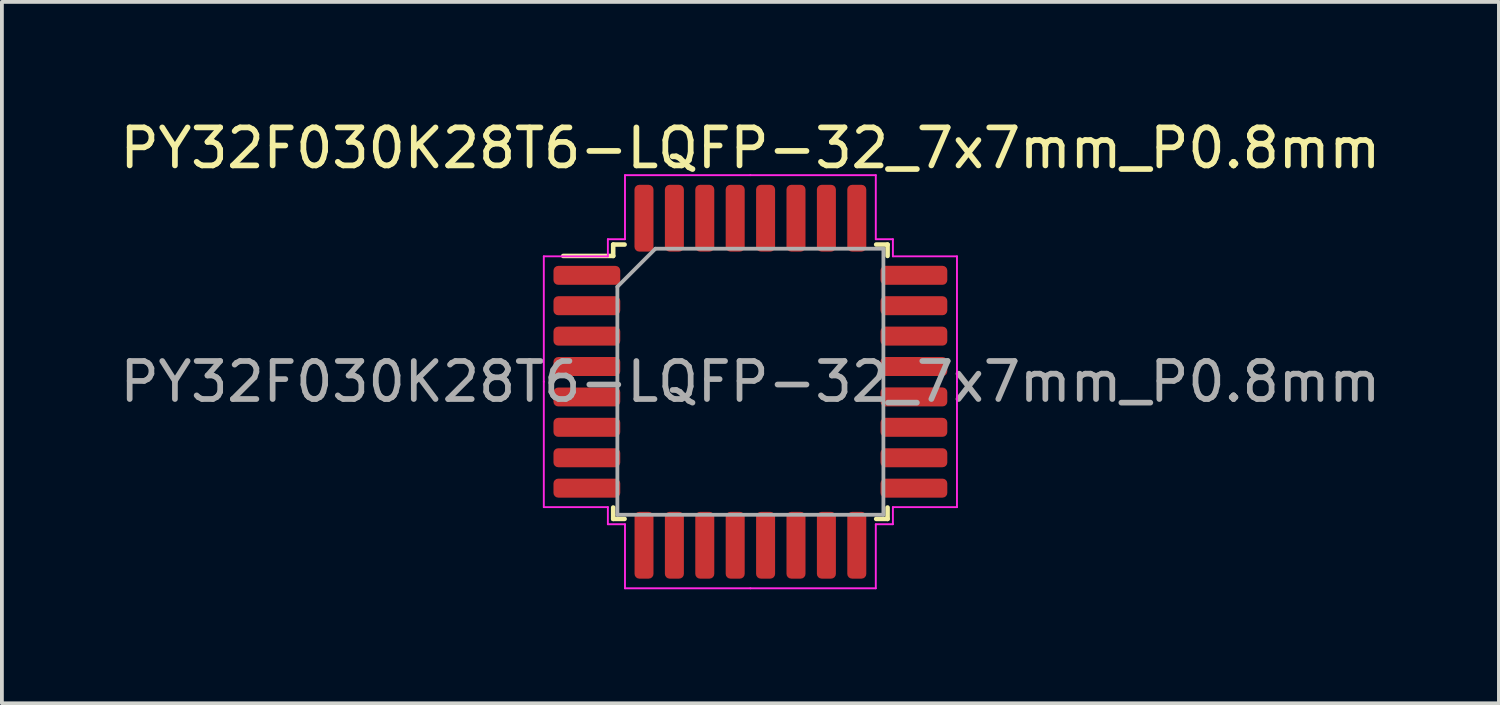
<source format=kicad_pcb>
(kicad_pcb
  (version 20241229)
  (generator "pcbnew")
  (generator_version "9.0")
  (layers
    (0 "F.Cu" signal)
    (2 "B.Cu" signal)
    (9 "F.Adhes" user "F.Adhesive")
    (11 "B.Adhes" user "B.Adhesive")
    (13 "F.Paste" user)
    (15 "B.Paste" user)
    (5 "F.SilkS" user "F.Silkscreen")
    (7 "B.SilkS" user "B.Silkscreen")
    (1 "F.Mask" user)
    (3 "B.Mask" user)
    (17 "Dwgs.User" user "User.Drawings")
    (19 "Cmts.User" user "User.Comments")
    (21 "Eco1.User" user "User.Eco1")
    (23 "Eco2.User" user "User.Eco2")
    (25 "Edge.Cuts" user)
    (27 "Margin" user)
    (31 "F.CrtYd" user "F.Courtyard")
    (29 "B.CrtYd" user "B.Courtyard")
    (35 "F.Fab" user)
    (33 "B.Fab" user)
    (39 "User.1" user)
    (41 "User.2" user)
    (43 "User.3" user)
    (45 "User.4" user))
  (footprint "PY32F030K28T6-LQFP-32_7x7mm_P0.8mm"
    (layer "F.Cu")
    (at 16.696 6.995)
    (property "Reference" "PY32F030K28T6-LQFP-32_7x7mm_P0.8mm" (at 0 -6.147 0) (layer "F.SilkS") (effects (font (size 1 1) (thickness 0.15))))
    (attr smd)
    (fp_line (start -3.61 -3.61) (end -3.61 -3.31) (stroke (width 0.12) (type solid)) (layer "F.SilkS"))
    (fp_line (start -3.61 -3.31) (end -4.925 -3.31) (stroke (width 0.12) (type solid)) (layer "F.SilkS"))
    (fp_line (start -3.61 3.61) (end -3.61 3.31) (stroke (width 0.12) (type solid)) (layer "F.SilkS"))
    (fp_line (start -3.31 -3.61) (end -3.61 -3.61) (stroke (width 0.12) (type solid)) (layer "F.SilkS"))
    (fp_line (start -3.31 3.61) (end -3.61 3.61) (stroke (width 0.12) (type solid)) (layer "F.SilkS"))
    (fp_line (start 3.31 -3.61) (end 3.61 -3.61) (stroke (width 0.12) (type solid)) (layer "F.SilkS"))
    (fp_line (start 3.31 3.61) (end 3.61 3.61) (stroke (width 0.12) (type solid)) (layer "F.SilkS"))
    (fp_line (start 3.61 -3.61) (end 3.61 -3.31) (stroke (width 0.12) (type solid)) (layer "F.SilkS"))
    (fp_line (start 3.61 3.61) (end 3.61 3.31) (stroke (width 0.12) (type solid)) (layer "F.SilkS"))
    (fp_line (start -5.436 -3.3) (end -5.436 0) (stroke (width 0.05) (type solid)) (layer "F.CrtYd"))
    (fp_line (start -5.436 3.3) (end -5.436 0) (stroke (width 0.05) (type solid)) (layer "F.CrtYd"))
    (fp_line (start -3.75 -3.75) (end -3.75 -3.3) (stroke (width 0.05) (type solid)) (layer "F.CrtYd"))
    (fp_line (start -3.75 -3.3) (end -5.436 -3.3) (stroke (width 0.05) (type solid)) (layer "F.CrtYd"))
    (fp_line (start -3.75 3.3) (end -5.436 3.3) (stroke (width 0.05) (type solid)) (layer "F.CrtYd"))
    (fp_line (start -3.75 3.75) (end -3.75 3.3) (stroke (width 0.05) (type solid)) (layer "F.CrtYd"))
    (fp_line (start -3.3 -5.436) (end -3.3 -3.75) (stroke (width 0.05) (type solid)) (layer "F.CrtYd"))
    (fp_line (start -3.3 -3.75) (end -3.75 -3.75) (stroke (width 0.05) (type solid)) (layer "F.CrtYd"))
    (fp_line (start -3.3 3.75) (end -3.75 3.75) (stroke (width 0.05) (type solid)) (layer "F.CrtYd"))
    (fp_line (start -3.3 5.436) (end -3.3 3.75) (stroke (width 0.05) (type solid)) (layer "F.CrtYd"))
    (fp_line (start 0 -5.436) (end -3.3 -5.436) (stroke (width 0.05) (type solid)) (layer "F.CrtYd"))
    (fp_line (start 0 -5.436) (end 3.3 -5.436) (stroke (width 0.05) (type solid)) (layer "F.CrtYd"))
    (fp_line (start 0 5.436) (end -3.3 5.436) (stroke (width 0.05) (type solid)) (layer "F.CrtYd"))
    (fp_line (start 0 5.436) (end 3.3 5.436) (stroke (width 0.05) (type solid)) (layer "F.CrtYd"))
    (fp_line (start 3.3 -5.436) (end 3.3 -3.75) (stroke (width 0.05) (type solid)) (layer "F.CrtYd"))
    (fp_line (start 3.3 -3.75) (end 3.75 -3.75) (stroke (width 0.05) (type solid)) (layer "F.CrtYd"))
    (fp_line (start 3.3 3.75) (end 3.75 3.75) (stroke (width 0.05) (type solid)) (layer "F.CrtYd"))
    (fp_line (start 3.3 5.436) (end 3.3 3.75) (stroke (width 0.05) (type solid)) (layer "F.CrtYd"))
    (fp_line (start 3.75 -3.75) (end 3.75 -3.3) (stroke (width 0.05) (type solid)) (layer "F.CrtYd"))
    (fp_line (start 3.75 -3.3) (end 5.436 -3.3) (stroke (width 0.05) (type solid)) (layer "F.CrtYd"))
    (fp_line (start 3.75 3.3) (end 5.436 3.3) (stroke (width 0.05) (type solid)) (layer "F.CrtYd"))
    (fp_line (start 3.75 3.75) (end 3.75 3.3) (stroke (width 0.05) (type solid)) (layer "F.CrtYd"))
    (fp_line (start 5.436 -3.3) (end 5.436 0) (stroke (width 0.05) (type solid)) (layer "F.CrtYd"))
    (fp_line (start 5.436 3.3) (end 5.436 0) (stroke (width 0.05) (type solid)) (layer "F.CrtYd"))
    (fp_line (start -3.5 -2.5) (end -2.5 -3.5) (stroke (width 0.1) (type solid)) (layer "F.Fab"))
    (fp_line (start -3.5 3.5) (end -3.5 -2.5) (stroke (width 0.1) (type solid)) (layer "F.Fab"))
    (fp_line (start -2.5 -3.5) (end 3.5 -3.5) (stroke (width 0.1) (type solid)) (layer "F.Fab"))
    (fp_line (start 3.5 -3.5) (end 3.5 3.5) (stroke (width 0.1) (type solid)) (layer "F.Fab"))
    (fp_line (start 3.5 3.5) (end -3.5 3.5) (stroke (width 0.1) (type solid)) (layer "F.Fab"))
    (fp_text user "${REFERENCE}" (at 0 0 0) (layer "F.Fab") (effects (font (size 1 1) (thickness 0.15))))
    (pad "1" smd roundrect (at -4.303 -2.799) (size 1.757 0.498) (layers "F.Cu" "F.Mask" "F.Paste") (roundrect_rratio 0.25))
    (pad "2" smd roundrect (at -4.303 -2) (size 1.757 0.5) (layers "F.Cu" "F.Mask" "F.Paste") (roundrect_rratio 0.25))
    (pad "3" smd roundrect (at -4.303 -1.2) (size 1.757 0.5) (layers "F.Cu" "F.Mask" "F.Paste") (roundrect_rratio 0.25))
    (pad "4" smd roundrect (at -4.303 -0.4) (size 1.757 0.5) (layers "F.Cu" "F.Mask" "F.Paste") (roundrect_rratio 0.25))
    (pad "5" smd roundrect (at -4.303 0.401) (size 1.757 0.498) (layers "F.Cu" "F.Mask" "F.Paste") (roundrect_rratio 0.25))
    (pad "6" smd roundrect (at -4.303 1.2) (size 1.757 0.5) (layers "F.Cu" "F.Mask" "F.Paste") (roundrect_rratio 0.25))
    (pad "7" smd roundrect (at -4.303 2) (size 1.757 0.5) (layers "F.Cu" "F.Mask" "F.Paste") (roundrect_rratio 0.25))
    (pad "8" smd roundrect (at -4.303 2.8) (size 1.757 0.5) (layers "F.Cu" "F.Mask" "F.Paste") (roundrect_rratio 0.25))
    (pad "9" smd roundrect (at -2.799 4.303) (size 0.498 1.757) (layers "F.Cu" "F.Mask" "F.Paste") (roundrect_rratio 0.25))
    (pad "10" smd roundrect (at -2 4.303) (size 0.5 1.757) (layers "F.Cu" "F.Mask" "F.Paste") (roundrect_rratio 0.25))
    (pad "11" smd roundrect (at -1.2 4.303) (size 0.5 1.757) (layers "F.Cu" "F.Mask" "F.Paste") (roundrect_rratio 0.25))
    (pad "12" smd roundrect (at -0.4 4.303) (size 0.5 1.757) (layers "F.Cu" "F.Mask" "F.Paste") (roundrect_rratio 0.25))
    (pad "13" smd roundrect (at 0.4 4.303) (size 0.5 1.757) (layers "F.Cu" "F.Mask" "F.Paste") (roundrect_rratio 0.25))
    (pad "14" smd roundrect (at 1.2 4.303) (size 0.5 1.757) (layers "F.Cu" "F.Mask" "F.Paste") (roundrect_rratio 0.25))
    (pad "15" smd roundrect (at 2 4.303) (size 0.5 1.757) (layers "F.Cu" "F.Mask" "F.Paste") (roundrect_rratio 0.25))
    (pad "16" smd roundrect (at 2.8 4.303) (size 0.5 1.757) (layers "F.Cu" "F.Mask" "F.Paste") (roundrect_rratio 0.25))
    (pad "17" smd roundrect (at 4.303 2.8) (size 1.757 0.5) (layers "F.Cu" "F.Mask" "F.Paste") (roundrect_rratio 0.25))
    (pad "18" smd roundrect (at 4.303 2) (size 1.757 0.5) (layers "F.Cu" "F.Mask" "F.Paste") (roundrect_rratio 0.25))
    (pad "19" smd roundrect (at 4.303 1.2) (size 1.757 0.5) (layers "F.Cu" "F.Mask" "F.Paste") (roundrect_rratio 0.25))
    (pad "20" smd roundrect (at 4.303 0.4) (size 1.757 0.5) (layers "F.Cu" "F.Mask" "F.Paste") (roundrect_rratio 0.25))
    (pad "21" smd roundrect (at 4.303 -0.4) (size 1.757 0.5) (layers "F.Cu" "F.Mask" "F.Paste") (roundrect_rratio 0.25))
    (pad "22" smd roundrect (at 4.303 -1.2) (size 1.757 0.5) (layers "F.Cu" "F.Mask" "F.Paste") (roundrect_rratio 0.25))
    (pad "23" smd roundrect (at 4.303 -2) (size 1.757 0.5) (layers "F.Cu" "F.Mask" "F.Paste") (roundrect_rratio 0.25))
    (pad "24" smd roundrect (at 4.303 -2.8) (size 1.757 0.5) (layers "F.Cu" "F.Mask" "F.Paste") (roundrect_rratio 0.25))
    (pad "25" smd roundrect (at 2.8 -4.303) (size 0.5 1.757) (layers "F.Cu" "F.Mask" "F.Paste") (roundrect_rratio 0.25))
    (pad "26" smd roundrect (at 2 -4.303) (size 0.5 1.757) (layers "F.Cu" "F.Mask" "F.Paste") (roundrect_rratio 0.25))
    (pad "27" smd roundrect (at 1.2 -4.303) (size 0.5 1.757) (layers "F.Cu" "F.Mask" "F.Paste") (roundrect_rratio 0.25))
    (pad "28" smd roundrect (at 0.4 -4.303) (size 0.5 1.757) (layers "F.Cu" "F.Mask" "F.Paste") (roundrect_rratio 0.25))
    (pad "29" smd roundrect (at -0.4 -4.303) (size 0.5 1.757) (layers "F.Cu" "F.Mask" "F.Paste") (roundrect_rratio 0.25))
    (pad "30" smd roundrect (at -1.2 -4.303) (size 0.5 1.757) (layers "F.Cu" "F.Mask" "F.Paste") (roundrect_rratio 0.25))
    (pad "31" smd roundrect (at -2 -4.303) (size 0.5 1.757) (layers "F.Cu" "F.Mask" "F.Paste") (roundrect_rratio 0.25))
    (pad "32" smd roundrect (at -2.8 -4.303) (size 0.5 1.757) (layers "F.Cu" "F.Mask" "F.Paste") (roundrect_rratio 0.25)))
  (gr_rect
    (start -3 -3)
    (end 36.393 15.456)
    (stroke (width 0.1) (type default))
    (fill no)
    (layer "Edge.Cuts")))
</source>
